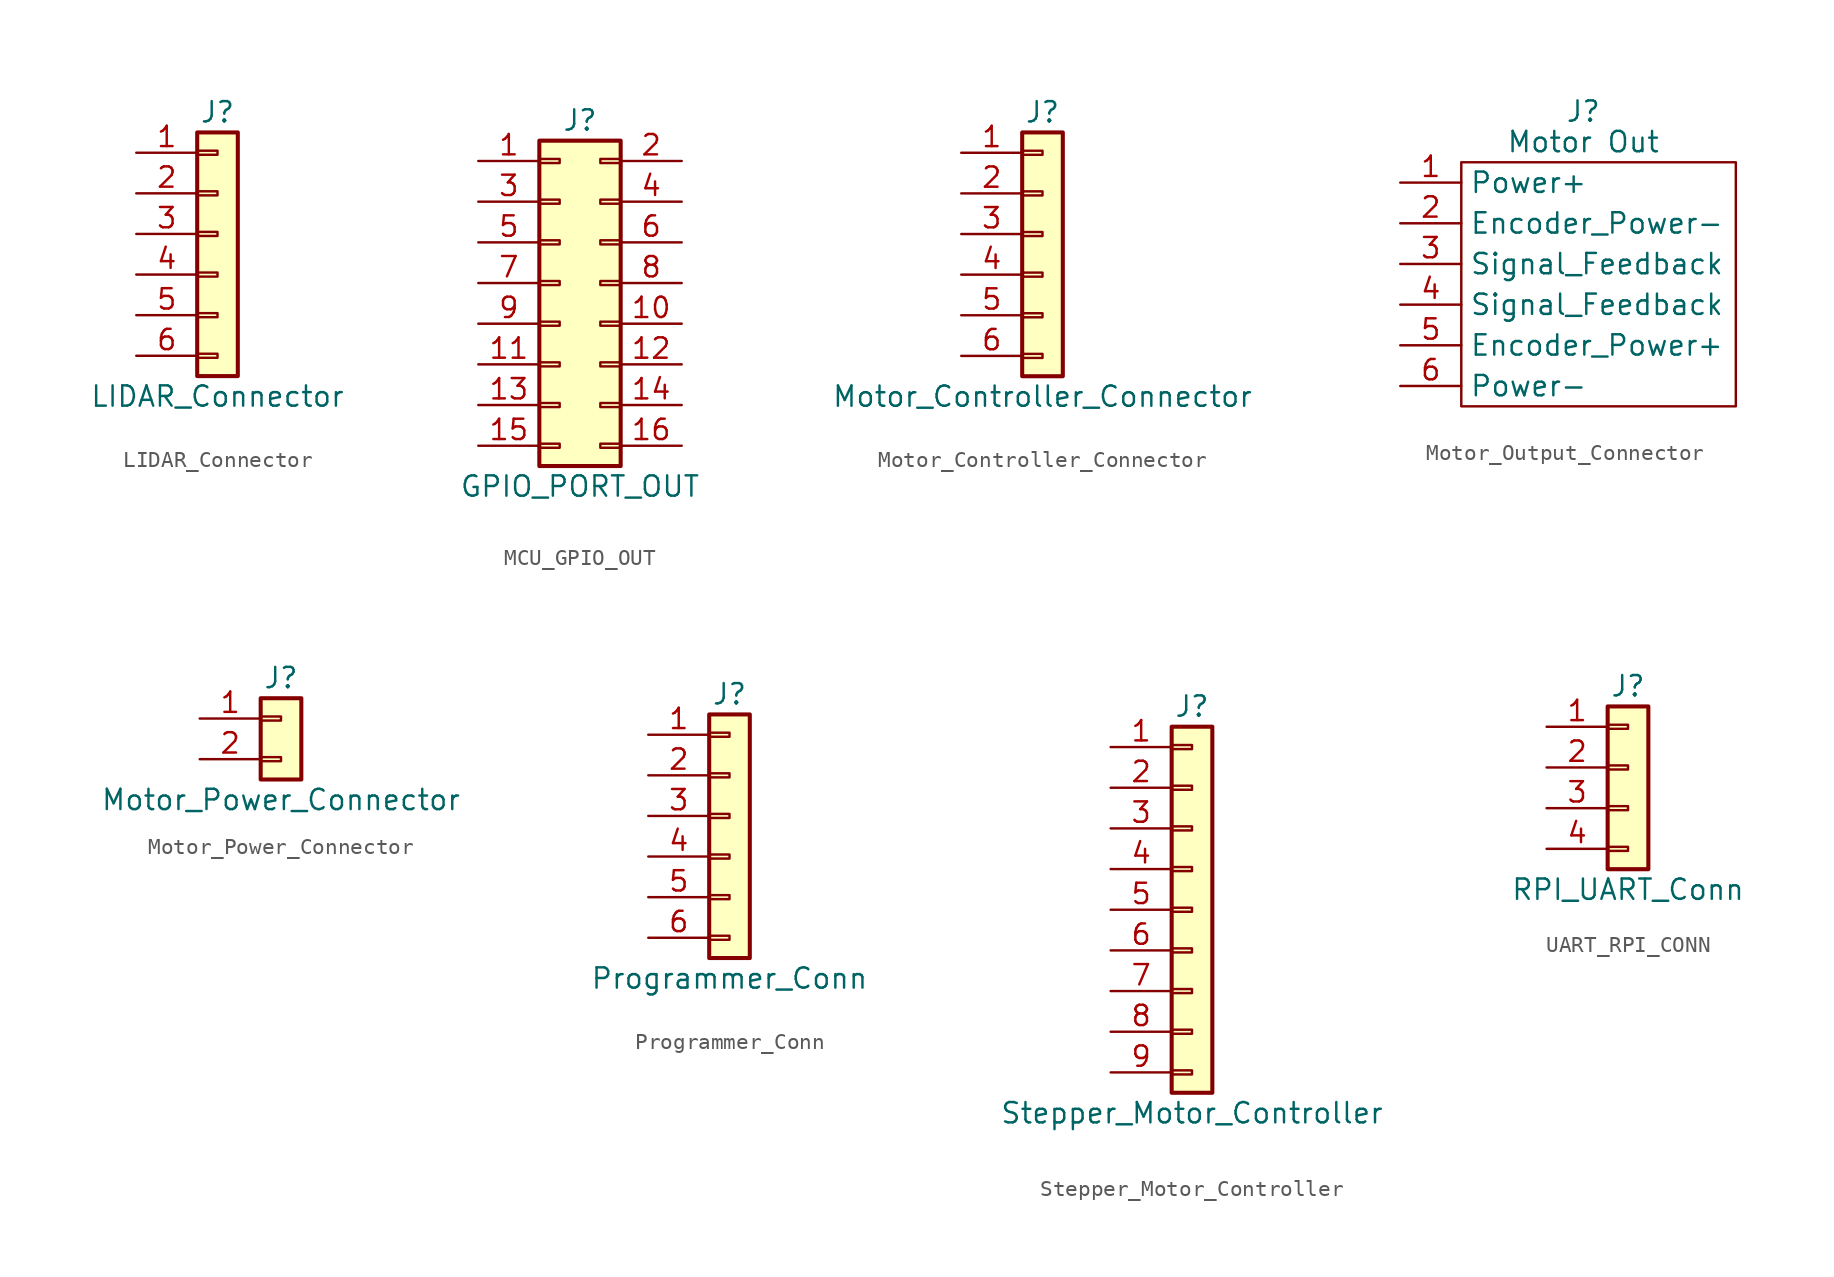
<source format=kicad_sym>
(kicad_symbol_lib
  (version 20220914)
  (generator kicad_symbol_editor)
  (symbol "LIDAR_Connector"
    (pin_names
      (offset 1.016) hide)
    (property "Reference" "J"
      (at 0 7.62 0)
      (effects (font (size 1.27 1.27))))
    (property "Value" "LIDAR_Connector"
      (at 0 -10.16 0)
      (effects (font (size 1.27 1.27))))
    (symbol "LIDAR_Connector_1_1"
      (rectangle (start -1.27 -7.493) (end 0 -7.747) (stroke (width 0.152) (type default)) (fill (type none)))
      (rectangle (start -1.27 -4.953) (end 0 -5.207) (stroke (width 0.152) (type default)) (fill (type none)))
      (rectangle (start -1.27 -2.413) (end 0 -2.667) (stroke (width 0.152) (type default)) (fill (type none)))
      (rectangle (start -1.27 0.127) (end 0 -0.127) (stroke (width 0.152) (type default)) (fill (type none)))
      (rectangle (start -1.27 2.667) (end 0 2.413) (stroke (width 0.152) (type default)) (fill (type none)))
      (rectangle (start -1.27 5.207) (end 0 4.953) (stroke (width 0.152) (type default)) (fill (type none)))
      (rectangle (start -1.27 6.35) (end 1.27 -8.89) (stroke (width 0.254) (type default)) (fill (type background)))
      (pin passive line (at -5.08 5.08 0) (length 3.81) (name "POWER_IN" (effects (font (size 1.27 1.27)))) (number "1" (effects (font (size 1.27 1.27)))))
      (pin passive line (at -5.08 2.54 0) (length 3.81) (name "POWER_EN" (effects (font (size 1.27 1.27)))) (number "2" (effects (font (size 1.27 1.27)))))
      (pin passive line (at -5.08 0 0) (length 3.81) (name "MODE" (effects (font (size 1.27 1.27)))) (number "3" (effects (font (size 1.27 1.27)))))
      (pin passive line (at -5.08 -2.54 0) (length 3.81) (name "SCL" (effects (font (size 1.27 1.27)))) (number "4" (effects (font (size 1.27 1.27)))))
      (pin passive line (at -5.08 -5.08 0) (length 3.81) (name "SDA" (effects (font (size 1.27 1.27)))) (number "5" (effects (font (size 1.27 1.27)))))
      (pin passive line (at -5.08 -7.62 0) (length 3.81) (name "GND" (effects (font (size 1.27 1.27)))) (number "6" (effects (font (size 1.27 1.27)))))))
  (symbol "MCU_GPIO_OUT"
    (pin_names
      (offset 1.016) hide)
    (property "Reference" "J"
      (at 1.27 10.16 0)
      (effects (font (size 1.27 1.27))))
    (property "Value" "GPIO_PORT_OUT"
      (at 1.27 -12.7 0)
      (effects (font (size 1.27 1.27))))
    (symbol "MCU_GPIO_OUT_1_1"
      (rectangle (start -1.27 -10.033) (end 0 -10.287) (stroke (width 0.152) (type default)) (fill (type none)))
      (rectangle (start -1.27 -7.493) (end 0 -7.747) (stroke (width 0.152) (type default)) (fill (type none)))
      (rectangle (start -1.27 -4.953) (end 0 -5.207) (stroke (width 0.152) (type default)) (fill (type none)))
      (rectangle (start -1.27 -2.413) (end 0 -2.667) (stroke (width 0.152) (type default)) (fill (type none)))
      (rectangle (start -1.27 0.127) (end 0 -0.127) (stroke (width 0.152) (type default)) (fill (type none)))
      (rectangle (start -1.27 2.667) (end 0 2.413) (stroke (width 0.152) (type default)) (fill (type none)))
      (rectangle (start -1.27 5.207) (end 0 4.953) (stroke (width 0.152) (type default)) (fill (type none)))
      (rectangle (start -1.27 7.747) (end 0 7.493) (stroke (width 0.152) (type default)) (fill (type none)))
      (rectangle (start -1.27 8.89) (end 3.81 -11.43) (stroke (width 0.254) (type default)) (fill (type background)))
      (rectangle (start 3.81 -10.033) (end 2.54 -10.287) (stroke (width 0.152) (type default)) (fill (type none)))
      (rectangle (start 3.81 -7.493) (end 2.54 -7.747) (stroke (width 0.152) (type default)) (fill (type none)))
      (rectangle (start 3.81 -4.953) (end 2.54 -5.207) (stroke (width 0.152) (type default)) (fill (type none)))
      (rectangle (start 3.81 -2.413) (end 2.54 -2.667) (stroke (width 0.152) (type default)) (fill (type none)))
      (rectangle (start 3.81 0.127) (end 2.54 -0.127) (stroke (width 0.152) (type default)) (fill (type none)))
      (rectangle (start 3.81 2.667) (end 2.54 2.413) (stroke (width 0.152) (type default)) (fill (type none)))
      (rectangle (start 3.81 5.207) (end 2.54 4.953) (stroke (width 0.152) (type default)) (fill (type none)))
      (rectangle (start 3.81 7.747) (end 2.54 7.493) (stroke (width 0.152) (type default)) (fill (type none)))
      (pin passive line (at -5.08 7.62 0) (length 3.81) (name "Pin_1" (effects (font (size 1.27 1.27)))) (number "1" (effects (font (size 1.27 1.27)))))
      (pin passive line (at 7.62 -2.54 180) (length 3.81) (name "Pin_10" (effects (font (size 1.27 1.27)))) (number "10" (effects (font (size 1.27 1.27)))))
      (pin passive line (at -5.08 -5.08 0) (length 3.81) (name "Pin_11" (effects (font (size 1.27 1.27)))) (number "11" (effects (font (size 1.27 1.27)))))
      (pin passive line (at 7.62 -5.08 180) (length 3.81) (name "Pin_12" (effects (font (size 1.27 1.27)))) (number "12" (effects (font (size 1.27 1.27)))))
      (pin passive line (at -5.08 -7.62 0) (length 3.81) (name "Pin_13" (effects (font (size 1.27 1.27)))) (number "13" (effects (font (size 1.27 1.27)))))
      (pin passive line (at 7.62 -7.62 180) (length 3.81) (name "Pin_14" (effects (font (size 1.27 1.27)))) (number "14" (effects (font (size 1.27 1.27)))))
      (pin passive line (at -5.08 -10.16 0) (length 3.81) (name "Pin_15" (effects (font (size 1.27 1.27)))) (number "15" (effects (font (size 1.27 1.27)))))
      (pin passive line (at 7.62 -10.16 180) (length 3.81) (name "Pin_16" (effects (font (size 1.27 1.27)))) (number "16" (effects (font (size 1.27 1.27)))))
      (pin passive line (at 7.62 7.62 180) (length 3.81) (name "Pin_2" (effects (font (size 1.27 1.27)))) (number "2" (effects (font (size 1.27 1.27)))))
      (pin passive line (at -5.08 5.08 0) (length 3.81) (name "Pin_3" (effects (font (size 1.27 1.27)))) (number "3" (effects (font (size 1.27 1.27)))))
      (pin passive line (at 7.62 5.08 180) (length 3.81) (name "Pin_4" (effects (font (size 1.27 1.27)))) (number "4" (effects (font (size 1.27 1.27)))))
      (pin passive line (at -5.08 2.54 0) (length 3.81) (name "Pin_5" (effects (font (size 1.27 1.27)))) (number "5" (effects (font (size 1.27 1.27)))))
      (pin passive line (at 7.62 2.54 180) (length 3.81) (name "Pin_6" (effects (font (size 1.27 1.27)))) (number "6" (effects (font (size 1.27 1.27)))))
      (pin passive line (at -5.08 0 0) (length 3.81) (name "Pin_7" (effects (font (size 1.27 1.27)))) (number "7" (effects (font (size 1.27 1.27)))))
      (pin passive line (at 7.62 0 180) (length 3.81) (name "Pin_8" (effects (font (size 1.27 1.27)))) (number "8" (effects (font (size 1.27 1.27)))))
      (pin passive line (at -5.08 -2.54 0) (length 3.81) (name "Pin_9" (effects (font (size 1.27 1.27)))) (number "9" (effects (font (size 1.27 1.27)))))))
  (symbol "Motor_Controller_Connector"
    (pin_names
      (offset 1.016) hide)
    (property "Reference" "J"
      (at 0 7.62 0)
      (effects (font (size 1.27 1.27))))
    (property "Value" "Motor_Controller_Connector"
      (at 0 -10.16 0)
      (effects (font (size 1.27 1.27))))
    (symbol "Motor_Controller_Connector_1_1"
      (rectangle (start -1.27 -7.493) (end 0 -7.747) (stroke (width 0.152) (type default)) (fill (type none)))
      (rectangle (start -1.27 -4.953) (end 0 -5.207) (stroke (width 0.152) (type default)) (fill (type none)))
      (rectangle (start -1.27 -2.413) (end 0 -2.667) (stroke (width 0.152) (type default)) (fill (type none)))
      (rectangle (start -1.27 0.127) (end 0 -0.127) (stroke (width 0.152) (type default)) (fill (type none)))
      (rectangle (start -1.27 2.667) (end 0 2.413) (stroke (width 0.152) (type default)) (fill (type none)))
      (rectangle (start -1.27 5.207) (end 0 4.953) (stroke (width 0.152) (type default)) (fill (type none)))
      (rectangle (start -1.27 6.35) (end 1.27 -8.89) (stroke (width 0.254) (type default)) (fill (type background)))
      (pin passive line (at -5.08 5.08 0) (length 3.81) (name "PWMA" (effects (font (size 1.27 1.27)))) (number "1" (effects (font (size 1.27 1.27)))))
      (pin passive line (at -5.08 2.54 0) (length 3.81) (name "IN1" (effects (font (size 1.27 1.27)))) (number "2" (effects (font (size 1.27 1.27)))))
      (pin passive line (at -5.08 0 0) (length 3.81) (name "IN2" (effects (font (size 1.27 1.27)))) (number "3" (effects (font (size 1.27 1.27)))))
      (pin passive line (at -5.08 -2.54 0) (length 3.81) (name "IN3" (effects (font (size 1.27 1.27)))) (number "4" (effects (font (size 1.27 1.27)))))
      (pin passive line (at -5.08 -5.08 0) (length 3.81) (name "IN4" (effects (font (size 1.27 1.27)))) (number "5" (effects (font (size 1.27 1.27)))))
      (pin passive line (at -5.08 -7.62 0) (length 3.81) (name "PWMB" (effects (font (size 1.27 1.27)))) (number "6" (effects (font (size 1.27 1.27)))))))
  (symbol "Motor_Output_Connector"
    (property "Reference" "J"
      (at 0 3.81 0)
      (effects (font (size 1.27 1.27))))
    (property "Value" "Motor Out"
      (at 0 1.905 0)
      (effects (font (size 1.27 1.27))))
    (symbol "Motor_Output_Connector_0_1"
      (rectangle (start -7.62 0.635) (end 9.525 -14.605) (stroke (width 0) (type default)) (fill (type none))))
    (symbol "Motor_Output_Connector_1_0"
      (pin passive line (at -11.43 -5.715 0) (length 3.81) (name "Signal_Feedback" (effects (font (size 1.27 1.27)))) (number "3" (effects (font (size 1.27 1.27)))))
      (pin passive line (at -11.43 -8.255 0) (length 3.81) (name "Signal_Feedback" (effects (font (size 1.27 1.27)))) (number "4" (effects (font (size 1.27 1.27)))))
      (pin passive line (at -11.43 -10.795 0) (length 3.81) (name "Encoder_Power+" (effects (font (size 1.27 1.27)))) (number "5" (effects (font (size 1.27 1.27)))))
      (pin passive line (at -11.43 -13.335 0) (length 3.81) (name "Power-" (effects (font (size 1.27 1.27)))) (number "6" (effects (font (size 1.27 1.27))))))
    (symbol "Motor_Output_Connector_1_1"
      (pin passive line (at -11.43 -0.635 0) (length 3.81) (name "Power+" (effects (font (size 1.27 1.27)))) (number "1" (effects (font (size 1.27 1.27)))))
      (pin passive line (at -11.43 -3.175 0) (length 3.81) (name "Encoder_Power-" (effects (font (size 1.27 1.27)))) (number "2" (effects (font (size 1.27 1.27)))))))
  (symbol "Motor_Power_Connector"
    (pin_names
      (offset 1.016) hide)
    (property "Reference" "J"
      (at 0 2.54 0)
      (effects (font (size 1.27 1.27))))
    (property "Value" "Motor_Power_Connector"
      (at 0 -5.08 0)
      (effects (font (size 1.27 1.27))))
    (symbol "Motor_Power_Connector_1_1"
      (rectangle (start -1.27 -2.413) (end 0 -2.667) (stroke (width 0.152) (type default)) (fill (type none)))
      (rectangle (start -1.27 0.127) (end 0 -0.127) (stroke (width 0.152) (type default)) (fill (type none)))
      (rectangle (start -1.27 1.27) (end 1.27 -3.81) (stroke (width 0.254) (type default)) (fill (type background)))
      (pin passive line (at -5.08 0 0) (length 3.81) (name "VIN" (effects (font (size 1.27 1.27)))) (number "1" (effects (font (size 1.27 1.27)))))
      (pin passive line (at -5.08 -2.54 0) (length 3.81) (name "GND" (effects (font (size 1.27 1.27)))) (number "2" (effects (font (size 1.27 1.27)))))))
  (symbol "Programmer_Conn"
    (pin_names
      (offset 1.016) hide)
    (property "Reference" "J"
      (at 0 7.62 0)
      (effects (font (size 1.27 1.27))))
    (property "Value" "Programmer_Conn"
      (at 0 -10.16 0)
      (effects (font (size 1.27 1.27))))
    (symbol "Programmer_Conn_1_1"
      (rectangle (start -1.27 -7.493) (end 0 -7.747) (stroke (width 0.152) (type default)) (fill (type none)))
      (rectangle (start -1.27 -4.953) (end 0 -5.207) (stroke (width 0.152) (type default)) (fill (type none)))
      (rectangle (start -1.27 -2.413) (end 0 -2.667) (stroke (width 0.152) (type default)) (fill (type none)))
      (rectangle (start -1.27 0.127) (end 0 -0.127) (stroke (width 0.152) (type default)) (fill (type none)))
      (rectangle (start -1.27 2.667) (end 0 2.413) (stroke (width 0.152) (type default)) (fill (type none)))
      (rectangle (start -1.27 5.207) (end 0 4.953) (stroke (width 0.152) (type default)) (fill (type none)))
      (rectangle (start -1.27 6.35) (end 1.27 -8.89) (stroke (width 0.254) (type default)) (fill (type background)))
      (pin passive line (at -5.08 5.08 0) (length 3.81) (name "VDD_TARGET" (effects (font (size 1.27 1.27)))) (number "1" (effects (font (size 1.27 1.27)))))
      (pin passive line (at -5.08 2.54 0) (length 3.81) (name "SWCLK" (effects (font (size 1.27 1.27)))) (number "2" (effects (font (size 1.27 1.27)))))
      (pin passive line (at -5.08 0 0) (length 3.81) (name "GND" (effects (font (size 1.27 1.27)))) (number "3" (effects (font (size 1.27 1.27)))))
      (pin passive line (at -5.08 -2.54 0) (length 3.81) (name "SWDIO" (effects (font (size 1.27 1.27)))) (number "4" (effects (font (size 1.27 1.27)))))
      (pin passive line (at -5.08 -5.08 0) (length 3.81) (name "NRST" (effects (font (size 1.27 1.27)))) (number "5" (effects (font (size 1.27 1.27)))))
      (pin passive line (at -5.08 -7.62 0) (length 3.81) (name "SWO" (effects (font (size 1.27 1.27)))) (number "6" (effects (font (size 1.27 1.27)))))))
  (symbol "Stepper_Motor_Controller"
    (pin_names
      (offset 1.016) hide)
    (property "Reference" "J"
      (at 0 12.7 0)
      (effects (font (size 1.27 1.27))))
    (property "Value" "Stepper_Motor_Controller"
      (at 0 -12.7 0)
      (effects (font (size 1.27 1.27))))
    (symbol "Stepper_Motor_Controller_1_1"
      (rectangle (start -1.27 -10.033) (end 0 -10.287) (stroke (width 0.152) (type default)) (fill (type none)))
      (rectangle (start -1.27 -7.493) (end 0 -7.747) (stroke (width 0.152) (type default)) (fill (type none)))
      (rectangle (start -1.27 -4.953) (end 0 -5.207) (stroke (width 0.152) (type default)) (fill (type none)))
      (rectangle (start -1.27 -2.413) (end 0 -2.667) (stroke (width 0.152) (type default)) (fill (type none)))
      (rectangle (start -1.27 0.127) (end 0 -0.127) (stroke (width 0.152) (type default)) (fill (type none)))
      (rectangle (start -1.27 2.667) (end 0 2.413) (stroke (width 0.152) (type default)) (fill (type none)))
      (rectangle (start -1.27 5.207) (end 0 4.953) (stroke (width 0.152) (type default)) (fill (type none)))
      (rectangle (start -1.27 7.747) (end 0 7.493) (stroke (width 0.152) (type default)) (fill (type none)))
      (rectangle (start -1.27 10.287) (end 0 10.033) (stroke (width 0.152) (type default)) (fill (type none)))
      (rectangle (start -1.27 11.43) (end 1.27 -11.43) (stroke (width 0.254) (type default)) (fill (type background)))
      (pin passive line (at -5.08 10.16 0) (length 3.81) (name "IOREF" (effects (font (size 1.27 1.27)))) (number "1" (effects (font (size 1.27 1.27)))))
      (pin passive line (at -5.08 7.62 0) (length 3.81) (name "GND" (effects (font (size 1.27 1.27)))) (number "2" (effects (font (size 1.27 1.27)))))
      (pin passive line (at -5.08 5.08 0) (length 3.81) (name "MODE" (effects (font (size 1.27 1.27)))) (number "3" (effects (font (size 1.27 1.27)))))
      (pin passive line (at -5.08 2.54 0) (length 3.81) (name "MODE" (effects (font (size 1.27 1.27)))) (number "4" (effects (font (size 1.27 1.27)))))
      (pin passive line (at -5.08 0 0) (length 3.81) (name "MODE" (effects (font (size 1.27 1.27)))) (number "5" (effects (font (size 1.27 1.27)))))
      (pin passive line (at -5.08 -2.54 0) (length 3.81) (name "DIR" (effects (font (size 1.27 1.27)))) (number "6" (effects (font (size 1.27 1.27)))))
      (pin passive line (at -5.08 -5.08 0) (length 3.81) (name "STEP" (effects (font (size 1.27 1.27)))) (number "7" (effects (font (size 1.27 1.27)))))
      (pin passive line (at -5.08 -7.62 0) (length 3.81) (name "NSTANDBY" (effects (font (size 1.27 1.27)))) (number "8" (effects (font (size 1.27 1.27)))))
      (pin passive line (at -5.08 -10.16 0) (length 3.81) (name "ENB" (effects (font (size 1.27 1.27)))) (number "9" (effects (font (size 1.27 1.27)))))))
  (symbol "UART_RPI_CONN"
    (pin_names
      (offset 1.016) hide)
    (property "Reference" "J"
      (at 0 5.08 0)
      (effects (font (size 1.27 1.27))))
    (property "Value" "RPI_UART_Conn"
      (at 0 -7.62 0)
      (effects (font (size 1.27 1.27))))
    (symbol "UART_RPI_CONN_1_1"
      (rectangle (start -1.27 -4.953) (end 0 -5.207) (stroke (width 0.152) (type default)) (fill (type none)))
      (rectangle (start -1.27 -2.413) (end 0 -2.667) (stroke (width 0.152) (type default)) (fill (type none)))
      (rectangle (start -1.27 0.127) (end 0 -0.127) (stroke (width 0.152) (type default)) (fill (type none)))
      (rectangle (start -1.27 2.667) (end 0 2.413) (stroke (width 0.152) (type default)) (fill (type none)))
      (rectangle (start -1.27 3.81) (end 1.27 -6.35) (stroke (width 0.254) (type default)) (fill (type background)))
      (pin passive line (at -5.08 2.54 0) (length 3.81) (name "VIN" (effects (font (size 1.27 1.27)))) (number "1" (effects (font (size 1.27 1.27)))))
      (pin passive line (at -5.08 0 0) (length 3.81) (name "TX" (effects (font (size 1.27 1.27)))) (number "2" (effects (font (size 1.27 1.27)))))
      (pin passive line (at -5.08 -2.54 0) (length 3.81) (name "RX" (effects (font (size 1.27 1.27)))) (number "3" (effects (font (size 1.27 1.27)))))
      (pin passive line (at -5.08 -5.08 0) (length 3.81) (name "GND" (effects (font (size 1.27 1.27)))) (number "4" (effects (font (size 1.27 1.27))))))))
</source>
